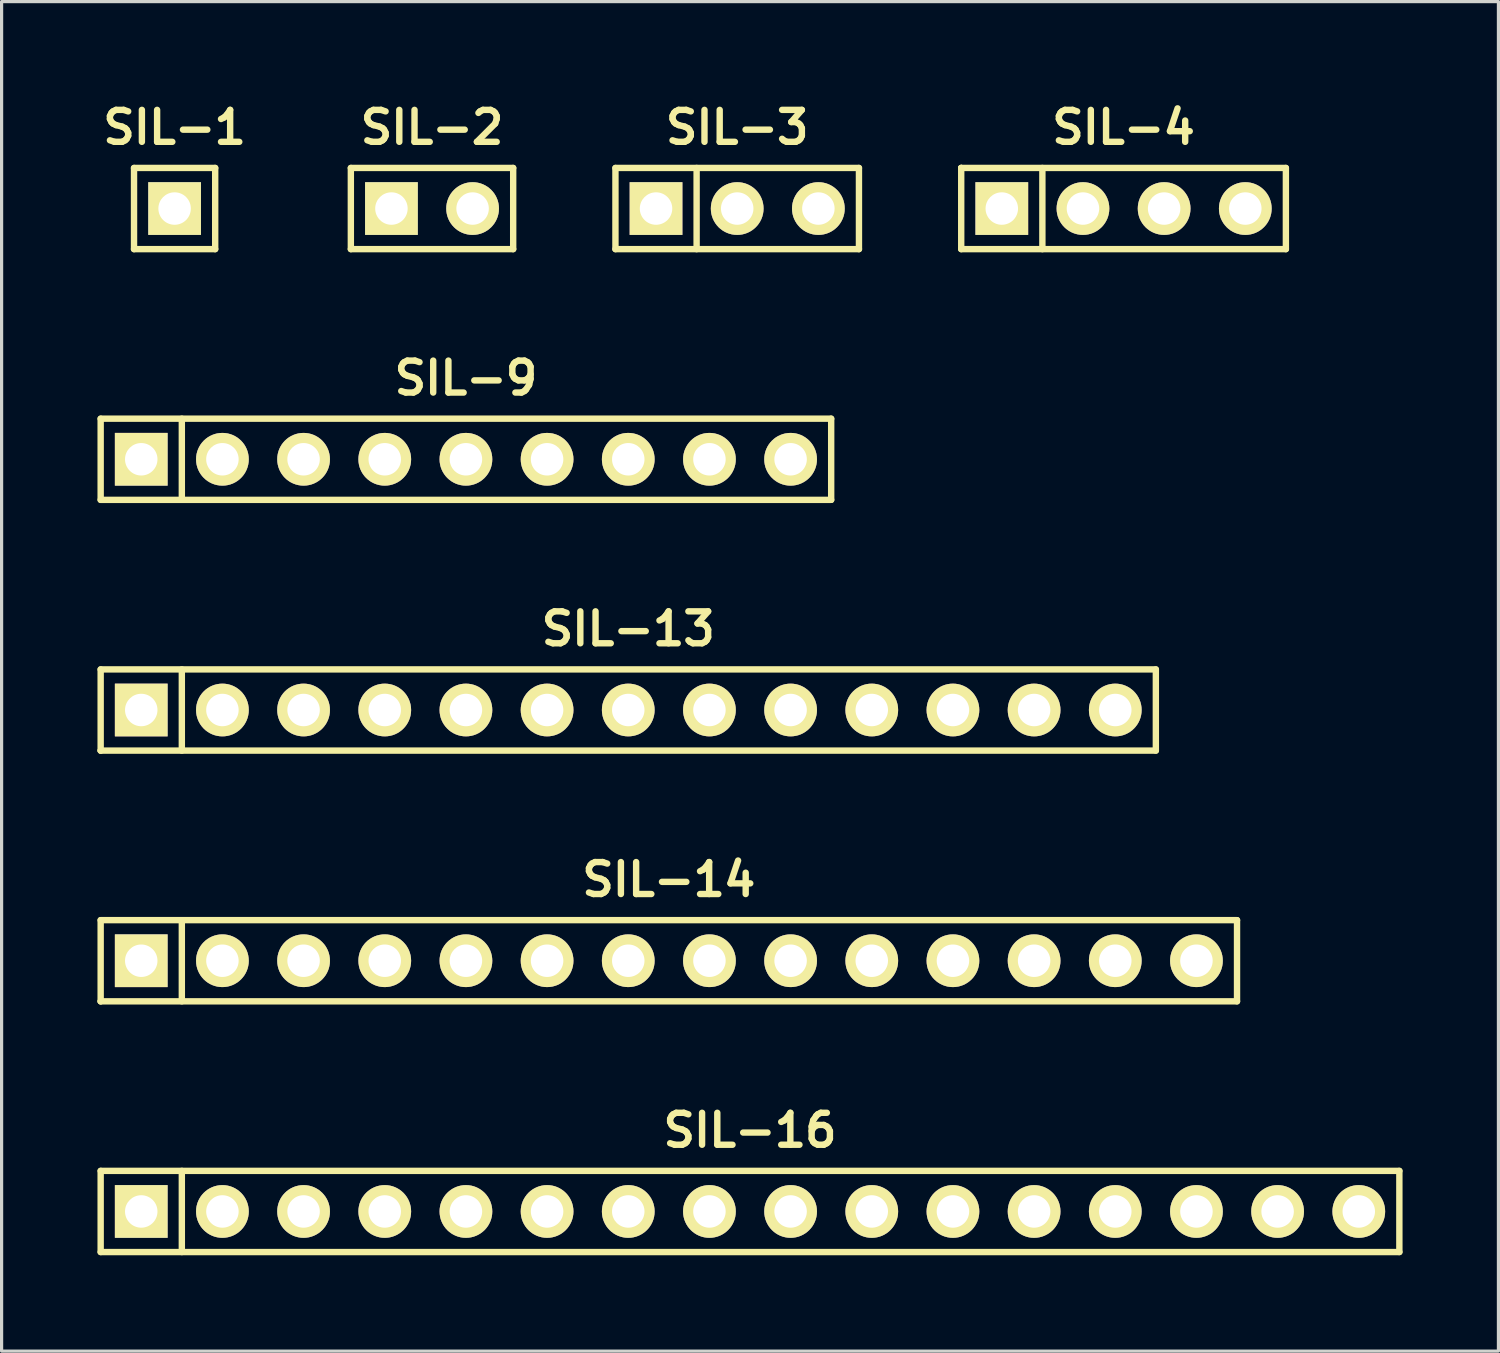
<source format=kicad_pcb>
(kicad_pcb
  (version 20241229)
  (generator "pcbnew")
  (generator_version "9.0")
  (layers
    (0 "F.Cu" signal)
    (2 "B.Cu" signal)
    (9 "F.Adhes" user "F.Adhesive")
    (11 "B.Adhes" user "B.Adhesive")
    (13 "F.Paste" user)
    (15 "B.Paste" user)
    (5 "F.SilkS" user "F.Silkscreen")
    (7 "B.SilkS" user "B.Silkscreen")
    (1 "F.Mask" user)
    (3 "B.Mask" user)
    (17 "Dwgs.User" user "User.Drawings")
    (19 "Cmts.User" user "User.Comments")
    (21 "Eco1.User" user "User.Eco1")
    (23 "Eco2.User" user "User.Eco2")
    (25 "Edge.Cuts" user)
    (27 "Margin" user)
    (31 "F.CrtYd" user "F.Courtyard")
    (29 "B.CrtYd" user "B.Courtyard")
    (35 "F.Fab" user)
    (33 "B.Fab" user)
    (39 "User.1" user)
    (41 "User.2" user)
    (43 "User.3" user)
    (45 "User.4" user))
  (footprint "SIL-16"
    (layer "F.Cu")
    (at 20.42 34.86)
    (property "Reference" "SIL-16" (at 0 -2.54 0) (layer "F.SilkS") (effects (font (size 1 1) (thickness 0.2))))
    (attr through_hole)
    (fp_line (start -20.32 -1.27) (end 20.32 -1.27) (stroke (width 0.2) (type solid)) (layer "F.SilkS"))
    (fp_line (start -20.32 1.27) (end -20.32 -1.27) (stroke (width 0.2) (type solid)) (layer "F.SilkS"))
    (fp_line (start -17.78 -1.27) (end -17.78 1.27) (stroke (width 0.2) (type solid)) (layer "F.SilkS"))
    (fp_line (start 20.32 -1.27) (end 20.32 1.27) (stroke (width 0.2) (type solid)) (layer "F.SilkS"))
    (fp_line (start 20.32 1.27) (end -20.32 1.27) (stroke (width 0.2) (type solid)) (layer "F.SilkS"))
    (pad "1" thru_hole rect (at -19.05 0) (size 1.65 1.65) (drill 1.016) (layers "*.Cu" "*.Mask" "F.SilkS"))
    (pad "2" thru_hole circle (at -16.51 0) (size 1.65 1.65) (drill 1.016) (layers "*.Cu" "*.Mask" "F.SilkS"))
    (pad "3" thru_hole circle (at -13.97 0) (size 1.65 1.65) (drill 1.016) (layers "*.Cu" "*.Mask" "F.SilkS"))
    (pad "4" thru_hole circle (at -11.43 0) (size 1.65 1.65) (drill 1.016) (layers "*.Cu" "*.Mask" "F.SilkS"))
    (pad "5" thru_hole circle (at -8.89 0) (size 1.65 1.65) (drill 1.016) (layers "*.Cu" "*.Mask" "F.SilkS"))
    (pad "6" thru_hole circle (at -6.35 0) (size 1.65 1.65) (drill 1.016) (layers "*.Cu" "*.Mask" "F.SilkS"))
    (pad "7" thru_hole circle (at -3.81 0) (size 1.65 1.65) (drill 1.016) (layers "*.Cu" "*.Mask" "F.SilkS"))
    (pad "8" thru_hole circle (at -1.27 0) (size 1.65 1.65) (drill 1.016) (layers "*.Cu" "*.Mask" "F.SilkS"))
    (pad "9" thru_hole circle (at 1.27 0) (size 1.65 1.65) (drill 1.016) (layers "*.Cu" "*.Mask" "F.SilkS"))
    (pad "10" thru_hole circle (at 3.81 0) (size 1.65 1.65) (drill 1.016) (layers "*.Cu" "*.Mask" "F.SilkS"))
    (pad "11" thru_hole circle (at 6.35 0) (size 1.65 1.65) (drill 1.016) (layers "*.Cu" "*.Mask" "F.SilkS"))
    (pad "12" thru_hole circle (at 8.89 0) (size 1.65 1.65) (drill 1.016) (layers "*.Cu" "*.Mask" "F.SilkS"))
    (pad "13" thru_hole circle (at 11.43 0) (size 1.65 1.65) (drill 1.016) (layers "*.Cu" "*.Mask" "F.SilkS"))
    (pad "14" thru_hole circle (at 13.97 0) (size 1.65 1.65) (drill 1.016) (layers "*.Cu" "*.Mask" "F.SilkS"))
    (pad "15" thru_hole circle (at 16.51 0) (size 1.65 1.65) (drill 1.016) (layers "*.Cu" "*.Mask" "F.SilkS"))
    (pad "16" thru_hole circle (at 19.05 0) (size 1.65 1.65) (drill 1.016) (layers "*.Cu" "*.Mask" "F.SilkS")))
  (footprint "SIL-3"
    (layer "F.Cu")
    (at 20.019 3.476)
    (property "Reference" "SIL-3" (at 0 -2.54 0) (layer "F.SilkS") (effects (font (size 1 1) (thickness 0.2))))
    (attr through_hole)
    (fp_line (start -3.81 -1.27) (end 3.81 -1.27) (stroke (width 0.2) (type solid)) (layer "F.SilkS"))
    (fp_line (start -3.81 1.27) (end -3.81 -1.27) (stroke (width 0.2) (type solid)) (layer "F.SilkS"))
    (fp_line (start -1.27 -1.27) (end -1.27 1.27) (stroke (width 0.2) (type solid)) (layer "F.SilkS"))
    (fp_line (start 3.81 -1.27) (end 3.81 1.27) (stroke (width 0.2) (type solid)) (layer "F.SilkS"))
    (fp_line (start 3.81 1.27) (end -3.81 1.27) (stroke (width 0.2) (type solid)) (layer "F.SilkS"))
    (pad "1" thru_hole rect (at -2.54 0) (size 1.65 1.65) (drill 1.016) (layers "*.Cu" "*.Mask" "F.SilkS"))
    (pad "2" thru_hole circle (at 0 0) (size 1.65 1.65) (drill 1.016) (layers "*.Cu" "*.Mask" "F.SilkS"))
    (pad "3" thru_hole circle (at 2.54 0) (size 1.65 1.65) (drill 1.016) (layers "*.Cu" "*.Mask" "F.SilkS")))
  (footprint "SIL-14"
    (layer "F.Cu")
    (at 17.88 27.014)
    (property "Reference" "SIL-14" (at 0 -2.54 0) (layer "F.SilkS") (effects (font (size 1 1) (thickness 0.2))))
    (attr through_hole)
    (fp_line (start -17.78 -1.27) (end 17.78 -1.27) (stroke (width 0.2) (type solid)) (layer "F.SilkS"))
    (fp_line (start -17.78 1.27) (end -17.78 -1.27) (stroke (width 0.2) (type solid)) (layer "F.SilkS"))
    (fp_line (start -17.78 1.27) (end -17.78 1.27) (stroke (width 0.2) (type solid)) (layer "F.SilkS"))
    (fp_line (start -15.24 1.27) (end -15.24 -1.27) (stroke (width 0.2) (type solid)) (layer "F.SilkS"))
    (fp_line (start 17.78 -1.27) (end 17.78 1.27) (stroke (width 0.2) (type solid)) (layer "F.SilkS"))
    (fp_line (start 17.78 1.27) (end -17.78 1.27) (stroke (width 0.2) (type solid)) (layer "F.SilkS"))
    (pad "1" thru_hole rect (at -16.51 0) (size 1.65 1.65) (drill 1.016) (layers "*.Cu" "*.Mask" "F.SilkS"))
    (pad "2" thru_hole circle (at -13.97 0) (size 1.65 1.65) (drill 1.016) (layers "*.Cu" "*.Mask" "F.SilkS"))
    (pad "3" thru_hole circle (at -11.43 0) (size 1.65 1.65) (drill 1.016) (layers "*.Cu" "*.Mask" "F.SilkS"))
    (pad "4" thru_hole circle (at -8.89 0) (size 1.65 1.65) (drill 1.016) (layers "*.Cu" "*.Mask" "F.SilkS"))
    (pad "5" thru_hole circle (at -6.35 0) (size 1.65 1.65) (drill 1.016) (layers "*.Cu" "*.Mask" "F.SilkS"))
    (pad "6" thru_hole circle (at -3.81 0) (size 1.65 1.65) (drill 1.016) (layers "*.Cu" "*.Mask" "F.SilkS"))
    (pad "7" thru_hole circle (at -1.27 0) (size 1.65 1.65) (drill 1.016) (layers "*.Cu" "*.Mask" "F.SilkS"))
    (pad "8" thru_hole circle (at 1.27 0) (size 1.65 1.65) (drill 1.016) (layers "*.Cu" "*.Mask" "F.SilkS"))
    (pad "9" thru_hole circle (at 3.81 0) (size 1.65 1.65) (drill 1.016) (layers "*.Cu" "*.Mask" "F.SilkS"))
    (pad "10" thru_hole circle (at 6.35 0) (size 1.65 1.65) (drill 1.016) (layers "*.Cu" "*.Mask" "F.SilkS"))
    (pad "11" thru_hole circle (at 8.89 0) (size 1.65 1.65) (drill 1.016) (layers "*.Cu" "*.Mask" "F.SilkS"))
    (pad "12" thru_hole circle (at 11.43 0) (size 1.65 1.65) (drill 1.016) (layers "*.Cu" "*.Mask" "F.SilkS"))
    (pad "13" thru_hole circle (at 13.97 0) (size 1.65 1.65) (drill 1.016) (layers "*.Cu" "*.Mask" "F.SilkS"))
    (pad "14" thru_hole circle (at 16.51 0) (size 1.65 1.65) (drill 1.016) (layers "*.Cu" "*.Mask" "F.SilkS")))
  (footprint "SIL-13"
    (layer "F.Cu")
    (at 16.61 19.168)
    (property "Reference" "SIL-13" (at 0 -2.54 0) (layer "F.SilkS") (effects (font (size 1 1) (thickness 0.2))))
    (attr through_hole)
    (fp_line (start -16.51 -1.27) (end 16.51 -1.27) (stroke (width 0.2) (type solid)) (layer "F.SilkS"))
    (fp_line (start -16.51 1.27) (end -16.51 -1.27) (stroke (width 0.2) (type solid)) (layer "F.SilkS"))
    (fp_line (start -16.51 1.27) (end -16.51 1.27) (stroke (width 0.2) (type solid)) (layer "F.SilkS"))
    (fp_line (start -13.97 1.27) (end -13.97 -1.27) (stroke (width 0.2) (type solid)) (layer "F.SilkS"))
    (fp_line (start 16.51 -1.27) (end 16.51 1.27) (stroke (width 0.2) (type solid)) (layer "F.SilkS"))
    (fp_line (start 16.51 1.27) (end -16.51 1.27) (stroke (width 0.2) (type solid)) (layer "F.SilkS"))
    (pad "1" thru_hole rect (at -15.24 0) (size 1.65 1.65) (drill 1.016) (layers "*.Cu" "*.Mask" "F.SilkS"))
    (pad "2" thru_hole circle (at -12.7 0) (size 1.65 1.65) (drill 1.016) (layers "*.Cu" "*.Mask" "F.SilkS"))
    (pad "3" thru_hole circle (at -10.16 0) (size 1.65 1.65) (drill 1.016) (layers "*.Cu" "*.Mask" "F.SilkS"))
    (pad "4" thru_hole circle (at -7.62 0) (size 1.65 1.65) (drill 1.016) (layers "*.Cu" "*.Mask" "F.SilkS"))
    (pad "5" thru_hole circle (at -5.08 0) (size 1.65 1.65) (drill 1.016) (layers "*.Cu" "*.Mask" "F.SilkS"))
    (pad "6" thru_hole circle (at -2.54 0) (size 1.65 1.65) (drill 1.016) (layers "*.Cu" "*.Mask" "F.SilkS"))
    (pad "7" thru_hole circle (at 0 0) (size 1.65 1.65) (drill 1.016) (layers "*.Cu" "*.Mask" "F.SilkS"))
    (pad "8" thru_hole circle (at 2.54 0) (size 1.65 1.65) (drill 1.016) (layers "*.Cu" "*.Mask" "F.SilkS"))
    (pad "9" thru_hole circle (at 5.08 0) (size 1.65 1.65) (drill 1.016) (layers "*.Cu" "*.Mask" "F.SilkS"))
    (pad "10" thru_hole circle (at 7.62 0) (size 1.65 1.65) (drill 1.016) (layers "*.Cu" "*.Mask" "F.SilkS"))
    (pad "11" thru_hole circle (at 10.16 0) (size 1.65 1.65) (drill 1.016) (layers "*.Cu" "*.Mask" "F.SilkS"))
    (pad "12" thru_hole circle (at 12.7 0) (size 1.65 1.65) (drill 1.016) (layers "*.Cu" "*.Mask" "F.SilkS"))
    (pad "13" thru_hole circle (at 15.24 0) (size 1.65 1.65) (drill 1.016) (layers "*.Cu" "*.Mask" "F.SilkS")))
  (footprint "SIL-4"
    (layer "F.Cu")
    (at 32.109 3.476)
    (property "Reference" "SIL-4" (at 0 -2.54 0) (layer "F.SilkS") (effects (font (size 1 1) (thickness 0.2))))
    (attr through_hole)
    (fp_line (start -5.08 -1.27) (end -5.08 -1.27) (stroke (width 0.2) (type solid)) (layer "F.SilkS"))
    (fp_line (start -5.08 -1.27) (end -5.08 -1.27) (stroke (width 0.2) (type solid)) (layer "F.SilkS"))
    (fp_line (start -5.08 -1.27) (end 5.08 -1.27) (stroke (width 0.2) (type solid)) (layer "F.SilkS"))
    (fp_line (start -5.08 1.27) (end -5.08 -1.27) (stroke (width 0.2) (type solid)) (layer "F.SilkS"))
    (fp_line (start -2.54 1.27) (end -2.54 -1.27) (stroke (width 0.2) (type solid)) (layer "F.SilkS"))
    (fp_line (start 5.08 -1.27) (end 5.08 1.27) (stroke (width 0.2) (type solid)) (layer "F.SilkS"))
    (fp_line (start 5.08 1.27) (end -5.08 1.27) (stroke (width 0.2) (type solid)) (layer "F.SilkS"))
    (pad "1" thru_hole rect (at -3.81 0) (size 1.65 1.65) (drill 1.016) (layers "*.Cu" "*.Mask" "F.SilkS"))
    (pad "2" thru_hole circle (at -1.27 0) (size 1.65 1.65) (drill 1.016) (layers "*.Cu" "*.Mask" "F.SilkS"))
    (pad "3" thru_hole circle (at 1.27 0) (size 1.65 1.65) (drill 1.016) (layers "*.Cu" "*.Mask" "F.SilkS"))
    (pad "4" thru_hole circle (at 3.81 0) (size 1.65 1.65) (drill 1.016) (layers "*.Cu" "*.Mask" "F.SilkS")))
  (footprint "SIL-1"
    (layer "F.Cu")
    (at 2.414 3.476)
    (property "Reference" "SIL-1" (at 0 -2.54 0) (layer "F.SilkS") (effects (font (size 1 1) (thickness 0.2))))
    (attr through_hole)
    (fp_line (start -1.27 -1.27) (end 1.27 -1.27) (stroke (width 0.2) (type solid)) (layer "F.SilkS"))
    (fp_line (start -1.27 1.27) (end -1.27 -1.27) (stroke (width 0.2) (type solid)) (layer "F.SilkS"))
    (fp_line (start -1.27 1.27) (end 1.27 1.27) (stroke (width 0.2) (type solid)) (layer "F.SilkS"))
    (fp_line (start 1.27 -1.27) (end 1.27 1.27) (stroke (width 0.2) (type solid)) (layer "F.SilkS"))
    (pad "1" thru_hole rect (at 0 0) (size 1.65 1.65) (drill 1.016) (layers "*.Cu" "*.Mask" "F.SilkS")))
  (footprint "SIL-2"
    (layer "F.Cu")
    (at 10.469 3.476)
    (property "Reference" "SIL-2" (at 0 -2.54 0) (layer "F.SilkS") (effects (font (size 1 1) (thickness 0.2))))
    (attr through_hole)
    (fp_line (start -2.54 -1.27) (end 2.54 -1.27) (stroke (width 0.2) (type solid)) (layer "F.SilkS"))
    (fp_line (start -2.54 1.27) (end -2.54 -1.27) (stroke (width 0.2) (type solid)) (layer "F.SilkS"))
    (fp_line (start 2.54 -1.27) (end 2.54 1.27) (stroke (width 0.2) (type solid)) (layer "F.SilkS"))
    (fp_line (start 2.54 1.27) (end -2.54 1.27) (stroke (width 0.2) (type solid)) (layer "F.SilkS"))
    (pad "1" thru_hole rect (at -1.27 0) (size 1.65 1.65) (drill 1.016) (layers "*.Cu" "*.Mask" "F.SilkS"))
    (pad "2" thru_hole circle (at 1.27 0) (size 1.65 1.65) (drill 1.016) (layers "*.Cu" "*.Mask" "F.SilkS")))
  (footprint "SIL-9"
    (layer "F.Cu")
    (at 11.53 11.322)
    (property "Reference" "SIL-9" (at 0 -2.54 0) (layer "F.SilkS") (effects (font (size 1 1) (thickness 0.2))))
    (attr through_hole)
    (fp_line (start -11.43 1.27) (end -11.43 -1.27) (stroke (width 0.2) (type solid)) (layer "F.SilkS"))
    (fp_line (start -8.89 -1.27) (end -8.89 1.27) (stroke (width 0.2) (type solid)) (layer "F.SilkS"))
    (fp_line (start 11.43 -1.27) (end -11.43 -1.27) (stroke (width 0.2) (type solid)) (layer "F.SilkS"))
    (fp_line (start 11.43 -1.27) (end 11.43 1.27) (stroke (width 0.2) (type solid)) (layer "F.SilkS"))
    (fp_line (start 11.43 1.27) (end -11.43 1.27) (stroke (width 0.2) (type solid)) (layer "F.SilkS"))
    (pad "1" thru_hole rect (at -10.16 0) (size 1.65 1.65) (drill 1.016) (layers "*.Cu" "*.Mask" "F.SilkS"))
    (pad "2" thru_hole circle (at -7.62 0) (size 1.65 1.65) (drill 1.016) (layers "*.Cu" "*.Mask" "F.SilkS"))
    (pad "3" thru_hole circle (at -5.08 0) (size 1.65 1.65) (drill 1.016) (layers "*.Cu" "*.Mask" "F.SilkS"))
    (pad "4" thru_hole circle (at -2.54 0) (size 1.65 1.65) (drill 1.016) (layers "*.Cu" "*.Mask" "F.SilkS"))
    (pad "5" thru_hole circle (at 0 0) (size 1.65 1.65) (drill 1.016) (layers "*.Cu" "*.Mask" "F.SilkS"))
    (pad "6" thru_hole circle (at 2.54 0) (size 1.65 1.65) (drill 1.016) (layers "*.Cu" "*.Mask" "F.SilkS"))
    (pad "7" thru_hole circle (at 5.08 0) (size 1.65 1.65) (drill 1.016) (layers "*.Cu" "*.Mask" "F.SilkS"))
    (pad "8" thru_hole circle (at 7.62 0) (size 1.65 1.65) (drill 1.016) (layers "*.Cu" "*.Mask" "F.SilkS"))
    (pad "9" thru_hole circle (at 10.16 0) (size 1.65 1.65) (drill 1.016) (layers "*.Cu" "*.Mask" "F.SilkS")))
  (gr_rect
    (start -3 -3)
    (end 43.84 39.23)
    (stroke (width 0.1) (type default))
    (fill no)
    (layer "Edge.Cuts")))
</source>
